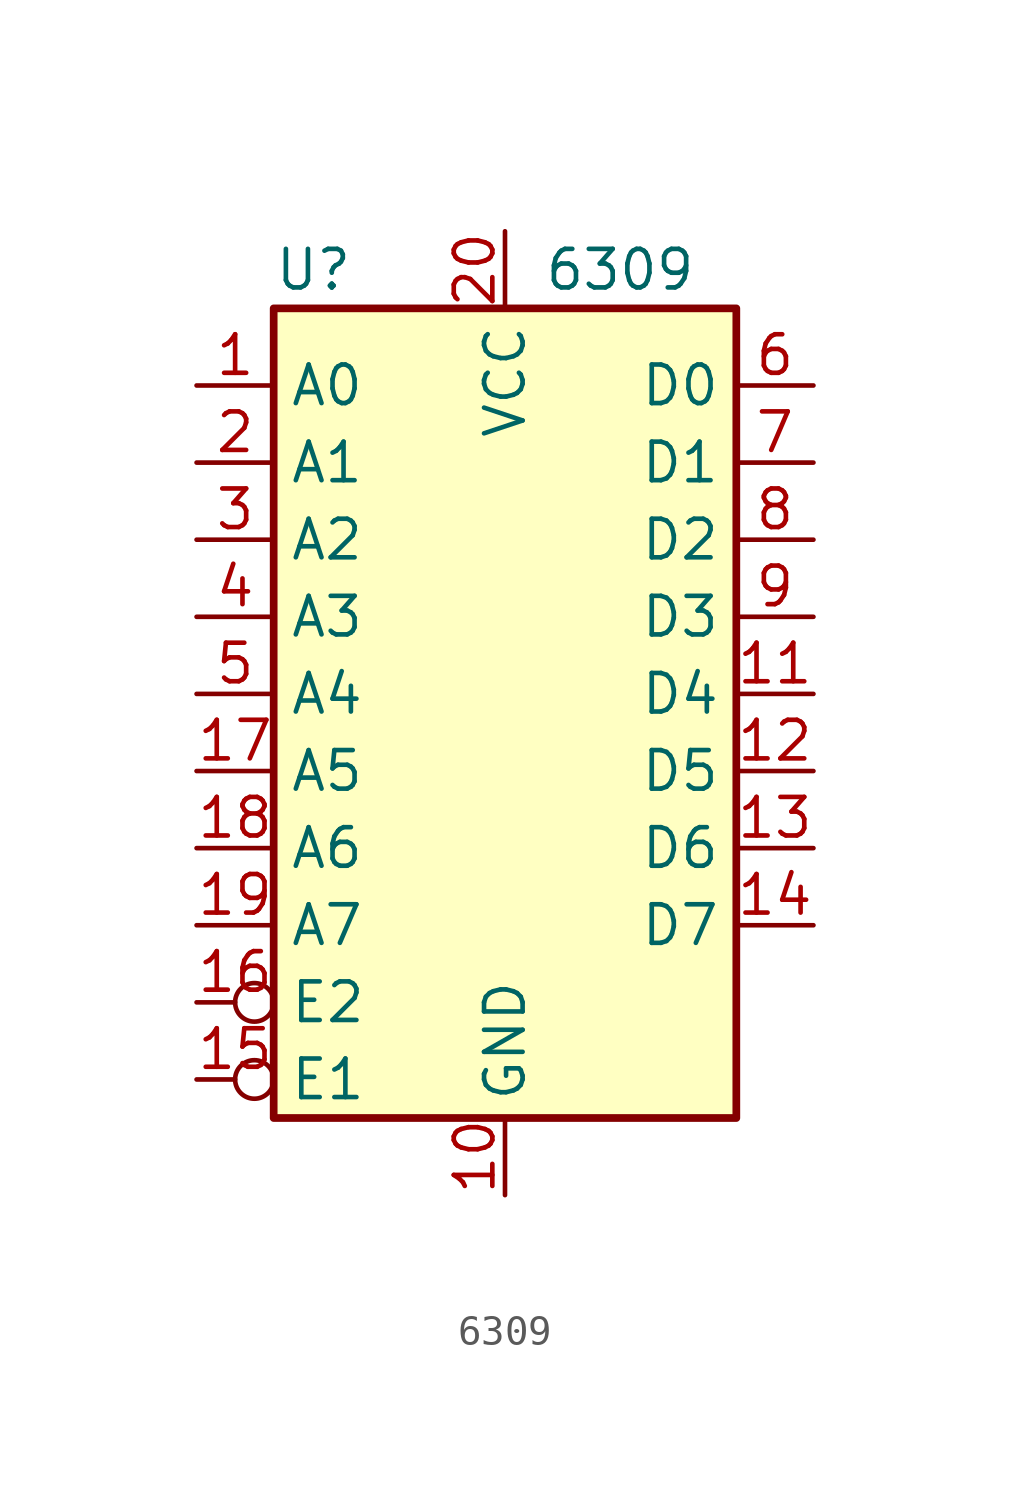
<source format=kicad_sym>
(kicad_symbol_lib
  (version 20211014)
  (generator kicad_symbol_editor)
  (symbol "6309"
    (property "Reference" "U"
      (at -7.62 8.89 0)
      (effects (font (size 1.27 1.27)) (justify left)))
    (property "Value" "6309"
      (at 1.27 8.89 0)
      (effects (font (size 1.27 1.27)) (justify left)))
    (symbol "6309_0_1"
      (rectangle (start -7.62 7.62) (end 7.62 -19.05) (stroke (width 0.254) (type default) (color 0 0 0 0)) (fill (type background))))
    (symbol "6309_1_1"
      (pin input line (at -10.16 5.08 0) (length 2.54) (name "A0" (effects (font (size 1.27 1.27)))) (number "1" (effects (font (size 1.27 1.27)))))
      (pin power_in line (at 0 -21.59 90) (length 2.54) (name "GND" (effects (font (size 1.27 1.27)))) (number "10" (effects (font (size 1.27 1.27)))))
      (pin bidirectional line (at 10.16 -5.08 180) (length 2.54) (name "D4" (effects (font (size 1.27 1.27)))) (number "11" (effects (font (size 1.27 1.27)))))
      (pin bidirectional line (at 10.16 -7.62 180) (length 2.54) (name "D5" (effects (font (size 1.27 1.27)))) (number "12" (effects (font (size 1.27 1.27)))))
      (pin bidirectional line (at 10.16 -10.16 180) (length 2.54) (name "D6" (effects (font (size 1.27 1.27)))) (number "13" (effects (font (size 1.27 1.27)))))
      (pin bidirectional line (at 10.16 -12.7 180) (length 2.54) (name "D7" (effects (font (size 1.27 1.27)))) (number "14" (effects (font (size 1.27 1.27)))))
      (pin input inverted (at -10.16 -17.78 0) (length 2.54) (name "E1" (effects (font (size 1.27 1.27)))) (number "15" (effects (font (size 1.27 1.27)))))
      (pin input inverted (at -10.16 -15.24 0) (length 2.54) (name "E2" (effects (font (size 1.27 1.27)))) (number "16" (effects (font (size 1.27 1.27)))))
      (pin input line (at -10.16 -7.62 0) (length 2.54) (name "A5" (effects (font (size 1.27 1.27)))) (number "17" (effects (font (size 1.27 1.27)))))
      (pin input line (at -10.16 -10.16 0) (length 2.54) (name "A6" (effects (font (size 1.27 1.27)))) (number "18" (effects (font (size 1.27 1.27)))))
      (pin input line (at -10.16 -12.7 0) (length 2.54) (name "A7" (effects (font (size 1.27 1.27)))) (number "19" (effects (font (size 1.27 1.27)))))
      (pin input line (at -10.16 2.54 0) (length 2.54) (name "A1" (effects (font (size 1.27 1.27)))) (number "2" (effects (font (size 1.27 1.27)))))
      (pin power_in line (at 0 10.16 270) (length 2.54) (name "VCC" (effects (font (size 1.27 1.27)))) (number "20" (effects (font (size 1.27 1.27)))))
      (pin input line (at -10.16 0 0) (length 2.54) (name "A2" (effects (font (size 1.27 1.27)))) (number "3" (effects (font (size 1.27 1.27)))))
      (pin input line (at -10.16 -2.54 0) (length 2.54) (name "A3" (effects (font (size 1.27 1.27)))) (number "4" (effects (font (size 1.27 1.27)))))
      (pin input line (at -10.16 -5.08 0) (length 2.54) (name "A4" (effects (font (size 1.27 1.27)))) (number "5" (effects (font (size 1.27 1.27)))))
      (pin bidirectional line (at 10.16 5.08 180) (length 2.54) (name "D0" (effects (font (size 1.27 1.27)))) (number "6" (effects (font (size 1.27 1.27)))))
      (pin bidirectional line (at 10.16 2.54 180) (length 2.54) (name "D1" (effects (font (size 1.27 1.27)))) (number "7" (effects (font (size 1.27 1.27)))))
      (pin bidirectional line (at 10.16 0 180) (length 2.54) (name "D2" (effects (font (size 1.27 1.27)))) (number "8" (effects (font (size 1.27 1.27)))))
      (pin bidirectional line (at 10.16 -2.54 180) (length 2.54) (name "D3" (effects (font (size 1.27 1.27)))) (number "9" (effects (font (size 1.27 1.27))))))))
</source>
